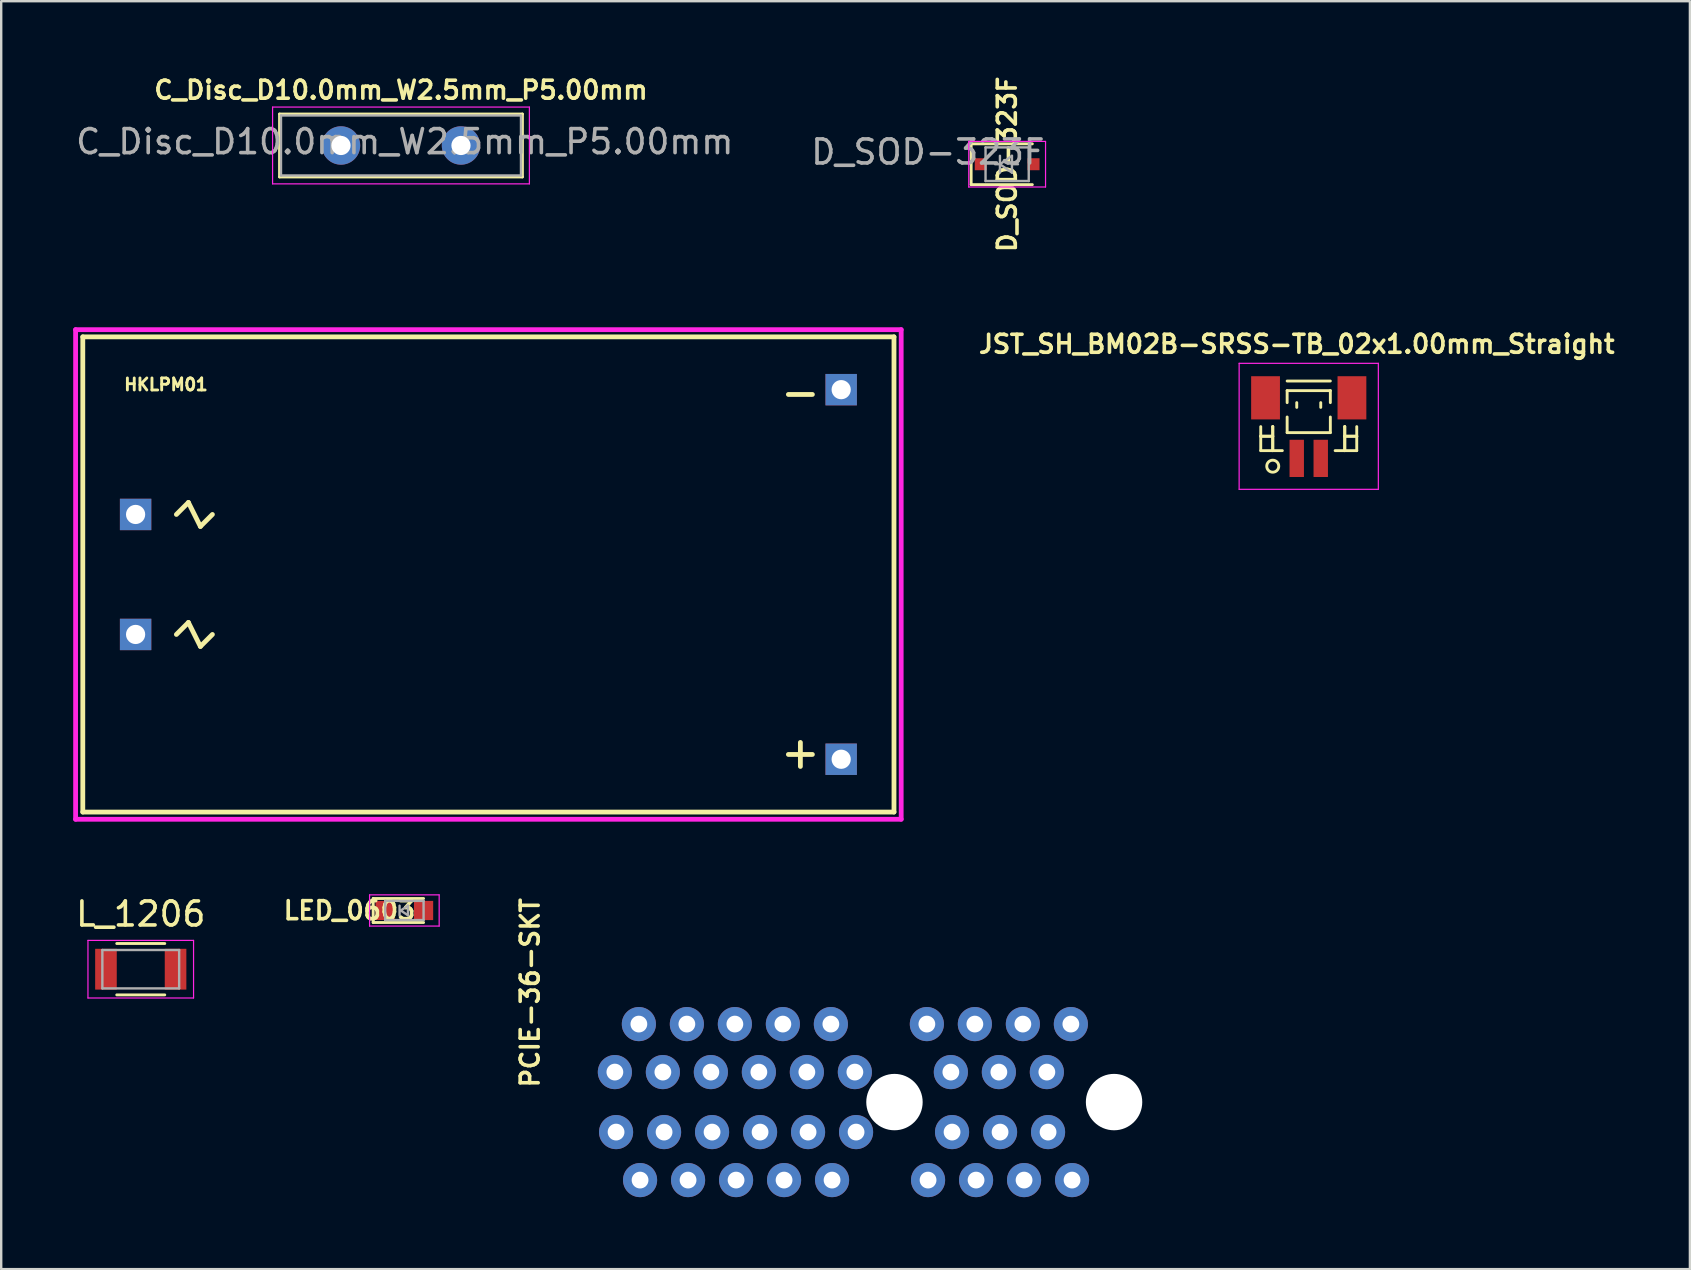
<source format=kicad_pcb>
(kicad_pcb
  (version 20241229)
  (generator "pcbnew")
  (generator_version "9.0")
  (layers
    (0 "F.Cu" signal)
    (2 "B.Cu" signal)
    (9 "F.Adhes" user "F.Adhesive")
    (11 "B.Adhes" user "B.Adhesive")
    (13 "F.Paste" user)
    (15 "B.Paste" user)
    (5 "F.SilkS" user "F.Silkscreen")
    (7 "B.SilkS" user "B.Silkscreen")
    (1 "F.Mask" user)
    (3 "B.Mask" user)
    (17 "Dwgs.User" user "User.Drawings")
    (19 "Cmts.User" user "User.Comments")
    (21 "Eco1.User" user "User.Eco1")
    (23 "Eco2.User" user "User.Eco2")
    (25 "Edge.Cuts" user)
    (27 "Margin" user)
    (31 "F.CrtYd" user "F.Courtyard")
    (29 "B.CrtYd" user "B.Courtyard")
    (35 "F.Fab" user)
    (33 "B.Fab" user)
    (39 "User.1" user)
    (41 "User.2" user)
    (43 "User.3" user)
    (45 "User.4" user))
  (footprint "L_1206"
    (layer "F.Cu")
    (at 2.815 37.334)
    (property "Reference" "L_1206" (at 0 -2.3 0) (layer "F.SilkS") (effects (font (size 1 1) (thickness 0.15))))
    (attr smd)
    (fp_line (start -1 -1.07) (end 1 -1.07) (stroke (width 0.12) (type solid)) (layer "F.SilkS"))
    (fp_line (start 1 1.07) (end -1 1.07) (stroke (width 0.12) (type solid)) (layer "F.SilkS"))
    (fp_line (start -2.2 -1.2) (end -2.2 1.2) (stroke (width 0.05) (type solid)) (layer "F.CrtYd"))
    (fp_line (start -2.2 -1.2) (end 2.2 -1.2) (stroke (width 0.05) (type solid)) (layer "F.CrtYd"))
    (fp_line (start -2.2 1.2) (end 2.2 1.2) (stroke (width 0.05) (type solid)) (layer "F.CrtYd"))
    (fp_line (start 2.2 -1.2) (end 2.2 1.2) (stroke (width 0.05) (type solid)) (layer "F.CrtYd"))
    (fp_line (start -1.6 -0.8) (end 1.6 -0.8) (stroke (width 0.1) (type solid)) (layer "F.Fab"))
    (fp_line (start -1.6 0.8) (end -1.6 -0.8) (stroke (width 0.1) (type solid)) (layer "F.Fab"))
    (fp_line (start 1.6 -0.8) (end 1.6 0.8) (stroke (width 0.1) (type solid)) (layer "F.Fab"))
    (fp_line (start 1.6 0.8) (end -1.6 0.8) (stroke (width 0.1) (type solid)) (layer "F.Fab"))
    (pad "1" smd rect (at -1.45 0) (size 0.9 1.7) (layers "F.Cu" "F.Mask" "F.Paste"))
    (pad "2" smd rect (at 1.45 0) (size 0.9 1.7) (layers "F.Cu" "F.Mask" "F.Paste")))
  (footprint "HKLPM01"
    (layer "F.Cu")
    (at 17.3 20.886)
    (property "Reference" "HKLPM01" (at -15.24 -7.62 0) (layer "F.SilkS") (effects (font (size 0.5 0.5) (thickness 0.12)) (justify left bottom)))
    (attr through_hole)
    (fp_line (start -16.9 -9.9) (end -16.9 9.9) (stroke (width 0.2) (type solid)) (layer "F.SilkS"))
    (fp_line (start -16.9 9.9) (end 16.9 9.9) (stroke (width 0.2) (type solid)) (layer "F.SilkS"))
    (fp_line (start -13 -2.5) (end -12.5 -3) (stroke (width 0.2) (type solid)) (layer "F.SilkS"))
    (fp_line (start -13 2.5) (end -12.5 2) (stroke (width 0.2) (type solid)) (layer "F.SilkS"))
    (fp_line (start -12.5 -3) (end -12 -2) (stroke (width 0.2) (type solid)) (layer "F.SilkS"))
    (fp_line (start -12.5 2) (end -12 3) (stroke (width 0.2) (type solid)) (layer "F.SilkS"))
    (fp_line (start -12 -2) (end -11.5 -2.5) (stroke (width 0.2) (type solid)) (layer "F.SilkS"))
    (fp_line (start -12 3) (end -11.5 2.5) (stroke (width 0.2) (type solid)) (layer "F.SilkS"))
    (fp_line (start 13 7) (end 13 8) (stroke (width 0.2) (type solid)) (layer "F.SilkS"))
    (fp_line (start 13.5 -7.5) (end 12.5 -7.5) (stroke (width 0.2) (type solid)) (layer "F.SilkS"))
    (fp_line (start 13.5 7.5) (end 12.5 7.5) (stroke (width 0.2) (type solid)) (layer "F.SilkS"))
    (fp_line (start 16.9 -9.9) (end -16.9 -9.9) (stroke (width 0.2) (type solid)) (layer "F.SilkS"))
    (fp_line (start 16.9 9.9) (end 16.9 -9.9) (stroke (width 0.2) (type solid)) (layer "F.SilkS"))
    (fp_line (start -17.2 -10.2) (end 17.2 -10.2) (stroke (width 0.2) (type solid)) (layer "F.CrtYd"))
    (fp_line (start -17.2 10.2) (end -17.2 -10.2) (stroke (width 0.2) (type solid)) (layer "F.CrtYd"))
    (fp_line (start -17.2 10.2) (end 17.2 10.2) (stroke (width 0.2) (type solid)) (layer "F.CrtYd"))
    (fp_line (start 17.2 -10.2) (end 17.2 10.2) (stroke (width 0.2) (type solid)) (layer "F.CrtYd"))
    (pad "1" thru_hole rect (at -14.7 -2.5) (size 1.308 1.308) (drill 0.8) (layers "*.Cu" "*.Mask"))
    (pad "2" thru_hole rect (at -14.7 2.5) (size 1.308 1.308) (drill 0.8) (layers "*.Cu" "*.Mask"))
    (pad "3" thru_hole rect (at 14.7 -7.7) (size 1.308 1.308) (drill 0.8) (layers "*.Cu" "*.Mask"))
    (pad "4" thru_hole rect (at 14.7 7.7) (size 1.308 1.308) (drill 0.8) (layers "*.Cu" "*.Mask")))
  (footprint "C_Disc_D10.0mm_W2.5mm_P5.00mm"
    (layer "F.Cu")
    (at 11.158 3.012)
    (property "Reference" "C_Disc_D10.0mm_W2.5mm_P5.00mm" (at 2.5 -2.31 0) (layer "F.SilkS") (effects (font (size 0.75 0.75) (thickness 0.15))))
    (attr through_hole)
    (fp_line (start -2.56 -1.31) (end -2.56 1.31) (stroke (width 0.12) (type solid)) (layer "F.SilkS"))
    (fp_line (start -2.56 -1.31) (end 7.56 -1.31) (stroke (width 0.12) (type solid)) (layer "F.SilkS"))
    (fp_line (start -2.56 1.31) (end 7.56 1.31) (stroke (width 0.12) (type solid)) (layer "F.SilkS"))
    (fp_line (start 7.56 -1.31) (end 7.56 1.31) (stroke (width 0.12) (type solid)) (layer "F.SilkS"))
    (fp_line (start -2.85 -1.6) (end -2.85 1.6) (stroke (width 0.05) (type solid)) (layer "F.CrtYd"))
    (fp_line (start -2.85 1.6) (end 7.85 1.6) (stroke (width 0.05) (type solid)) (layer "F.CrtYd"))
    (fp_line (start 7.85 -1.6) (end -2.85 -1.6) (stroke (width 0.05) (type solid)) (layer "F.CrtYd"))
    (fp_line (start 7.85 1.6) (end 7.85 -1.6) (stroke (width 0.05) (type solid)) (layer "F.CrtYd"))
    (fp_line (start -2.5 -1.25) (end -2.5 1.25) (stroke (width 0.1) (type solid)) (layer "F.Fab"))
    (fp_line (start -2.5 1.25) (end 7.5 1.25) (stroke (width 0.1) (type solid)) (layer "F.Fab"))
    (fp_line (start 7.5 -1.25) (end -2.5 -1.25) (stroke (width 0.1) (type solid)) (layer "F.Fab"))
    (fp_line (start 7.5 1.25) (end 7.5 -1.25) (stroke (width 0.1) (type solid)) (layer "F.Fab"))
    (fp_text user "${REFERENCE}" (at 2.658 -0.158 0) (layer "F.Fab") (effects (font (size 1 1) (thickness 0.15))))
    (pad "1" thru_hole circle (at 0 0) (size 1.6 1.6) (drill 0.8) (layers "*.Cu" "*.Mask"))
    (pad "2" thru_hole circle (at 5 0) (size 1.6 1.6) (drill 0.8) (layers "*.Cu" "*.Mask")))
  (footprint "JST_SH_BM02B-SRSS-TB_02x1.00mm_Straight"
    (layer "F.Cu")
    (at 51.482 14.788)
    (property "Reference" "JST_SH_BM02B-SRSS-TB_02x1.00mm_Straight" (at -0.5 -3.5 0) (layer "F.SilkS") (effects (font (size 0.75 0.75) (thickness 0.15))))
    (attr smd)
    (fp_line (start -2 -0.062) (end -2 0.938) (stroke (width 0.12) (type solid)) (layer "F.SilkS"))
    (fp_line (start -2 0.338) (end -2 0.338) (stroke (width 0.12) (type solid)) (layer "F.SilkS"))
    (fp_line (start -2 0.338) (end -1.5 0.338) (stroke (width 0.12) (type solid)) (layer "F.SilkS"))
    (fp_line (start -2 0.938) (end -1.1 0.938) (stroke (width 0.12) (type solid)) (layer "F.SilkS"))
    (fp_line (start -1.5 -0.062) (end -1.5 -0.062) (stroke (width 0.12) (type solid)) (layer "F.SilkS"))
    (fp_line (start -1.5 -0.062) (end -1.5 0.938) (stroke (width 0.12) (type solid)) (layer "F.SilkS"))
    (fp_line (start -1.5 0.338) (end -2 0.338) (stroke (width 0.12) (type solid)) (layer "F.SilkS"))
    (fp_line (start -1.5 0.338) (end -1.5 0.338) (stroke (width 0.12) (type solid)) (layer "F.SilkS"))
    (fp_line (start -1.5 0.938) (end -1.5 -0.062) (stroke (width 0.12) (type solid)) (layer "F.SilkS"))
    (fp_line (start -1.5 0.938) (end -1.5 0.938) (stroke (width 0.12) (type solid)) (layer "F.SilkS"))
    (fp_line (start -0.9 -1.962) (end 0.9 -1.962) (stroke (width 0.12) (type solid)) (layer "F.SilkS"))
    (fp_line (start -0.9 -1.562) (end 0.9 -1.562) (stroke (width 0.12) (type solid)) (layer "F.SilkS"))
    (fp_line (start -0.9 -1.062) (end -0.9 -1.562) (stroke (width 0.12) (type solid)) (layer "F.SilkS"))
    (fp_line (start -0.9 -0.463) (end -0.9 0.188) (stroke (width 0.12) (type solid)) (layer "F.SilkS"))
    (fp_line (start -0.9 0.188) (end 0.9 0.188) (stroke (width 0.12) (type solid)) (layer "F.SilkS"))
    (fp_line (start -0.5 -1.062) (end -0.5 -0.863) (stroke (width 0.12) (type solid)) (layer "F.SilkS"))
    (fp_line (start 0.5 -1.062) (end 0.5 -0.863) (stroke (width 0.12) (type solid)) (layer "F.SilkS"))
    (fp_line (start 0.9 -1.562) (end 0.9 -1.062) (stroke (width 0.12) (type solid)) (layer "F.SilkS"))
    (fp_line (start 0.9 0.188) (end 0.9 -0.463) (stroke (width 0.12) (type solid)) (layer "F.SilkS"))
    (fp_line (start 1.5 -0.062) (end 1.5 -0.062) (stroke (width 0.12) (type solid)) (layer "F.SilkS"))
    (fp_line (start 1.5 -0.062) (end 1.5 0.938) (stroke (width 0.12) (type solid)) (layer "F.SilkS"))
    (fp_line (start 1.5 0.338) (end 1.5 0.338) (stroke (width 0.12) (type solid)) (layer "F.SilkS"))
    (fp_line (start 1.5 0.338) (end 2 0.338) (stroke (width 0.12) (type solid)) (layer "F.SilkS"))
    (fp_line (start 1.5 0.938) (end 1.5 -0.062) (stroke (width 0.12) (type solid)) (layer "F.SilkS"))
    (fp_line (start 1.5 0.938) (end 1.5 0.938) (stroke (width 0.12) (type solid)) (layer "F.SilkS"))
    (fp_line (start 2 -0.062) (end 2 0.938) (stroke (width 0.12) (type solid)) (layer "F.SilkS"))
    (fp_line (start 2 0.338) (end 1.5 0.338) (stroke (width 0.12) (type solid)) (layer "F.SilkS"))
    (fp_line (start 2 0.338) (end 2 0.338) (stroke (width 0.12) (type solid)) (layer "F.SilkS"))
    (fp_line (start 2 0.938) (end 1.1 0.938) (stroke (width 0.12) (type solid)) (layer "F.SilkS"))
    (fp_circle (center -1.5 1.587) (end -1.25 1.587) (stroke (width 0.12) (type solid)) (fill no) (layer "F.SilkS"))
    (fp_line (start -2.9 -2.7) (end 2.9 -2.7) (stroke (width 0.05) (type solid)) (layer "F.CrtYd"))
    (fp_line (start -2.9 2.55) (end -2.9 -2.7) (stroke (width 0.05) (type solid)) (layer "F.CrtYd"))
    (fp_line (start 2.9 -2.7) (end 2.9 2.55) (stroke (width 0.05) (type solid)) (layer "F.CrtYd"))
    (fp_line (start 2.9 2.55) (end -2.9 2.55) (stroke (width 0.05) (type solid)) (layer "F.CrtYd"))
    (pad "" smd rect (at -1.8 -1.262) (size 1.2 1.8) (layers "F.Cu" "F.Mask" "F.Paste"))
    (pad "" smd rect (at 1.8 -1.262) (size 1.2 1.8) (layers "F.Cu" "F.Mask" "F.Paste"))
    (pad "1" smd rect (at -0.5 1.262) (size 0.6 1.55) (layers "F.Cu" "F.Mask" "F.Paste"))
    (pad "2" smd rect (at 0.5 1.262) (size 0.6 1.55) (layers "F.Cu" "F.Mask" "F.Paste")))
  (footprint "D_SOD-323F"
    (layer "F.Cu")
    (at 38.915 3.793)
    (property "Reference" "D_SOD-323F" (at 0 0 90) (layer "F.SilkS") (effects (font (size 0.75 0.75) (thickness 0.15))))
    (attr smd)
    (fp_line (start -1.5 -0.85) (end -1.5 0.85) (stroke (width 0.12) (type solid)) (layer "F.SilkS"))
    (fp_line (start -1.5 -0.85) (end 1.05 -0.85) (stroke (width 0.12) (type solid)) (layer "F.SilkS"))
    (fp_line (start -1.5 0.85) (end 1.05 0.85) (stroke (width 0.12) (type solid)) (layer "F.SilkS"))
    (fp_line (start -1.6 -0.95) (end -1.6 0.95) (stroke (width 0.05) (type solid)) (layer "F.CrtYd"))
    (fp_line (start -1.6 -0.95) (end 1.6 -0.95) (stroke (width 0.05) (type solid)) (layer "F.CrtYd"))
    (fp_line (start -1.6 0.95) (end 1.6 0.95) (stroke (width 0.05) (type solid)) (layer "F.CrtYd"))
    (fp_line (start 1.6 -0.95) (end 1.6 0.95) (stroke (width 0.05) (type solid)) (layer "F.CrtYd"))
    (fp_line (start -0.9 -0.7) (end 0.9 -0.7) (stroke (width 0.1) (type solid)) (layer "F.Fab"))
    (fp_line (start -0.9 0.7) (end -0.9 -0.7) (stroke (width 0.1) (type solid)) (layer "F.Fab"))
    (fp_line (start -0.3 -0.35) (end -0.3 0.35) (stroke (width 0.1) (type solid)) (layer "F.Fab"))
    (fp_line (start -0.3 0) (end -0.5 0) (stroke (width 0.1) (type solid)) (layer "F.Fab"))
    (fp_line (start -0.3 0) (end 0.2 -0.35) (stroke (width 0.1) (type solid)) (layer "F.Fab"))
    (fp_line (start 0.2 -0.35) (end 0.2 0.35) (stroke (width 0.1) (type solid)) (layer "F.Fab"))
    (fp_line (start 0.2 0) (end 0.45 0) (stroke (width 0.1) (type solid)) (layer "F.Fab"))
    (fp_line (start 0.2 0.35) (end -0.3 0) (stroke (width 0.1) (type solid)) (layer "F.Fab"))
    (fp_line (start 0.9 -0.7) (end 0.9 0.7) (stroke (width 0.1) (type solid)) (layer "F.Fab"))
    (fp_line (start 0.9 0.7) (end -0.9 0.7) (stroke (width 0.1) (type solid)) (layer "F.Fab"))
    (fp_text user "${REFERENCE}" (at -3.302 -0.508 0) (layer "F.Fab") (effects (font (size 1 1) (thickness 0.15))))
    (pad "1" smd rect (at -1.1 0) (size 0.5 0.5) (layers "F.Cu" "F.Mask" "F.Paste"))
    (pad "2" smd rect (at 1.1 0) (size 0.5 0.5) (layers "F.Cu" "F.Mask" "F.Paste")))
  (footprint "PCIE-36-SKT"
    (layer "F.Cu")
    (at 34.22 42.871)
    (property "Reference" "PCIE-36-SKT" (at -14.746 -0.528 270) (layer "F.SilkS") (effects (font (size 0.75 0.75) (thickness 0.15)) (justify left bottom)))
    (attr through_hole)
    (fp_line (start 0 0) (end 0 0) (stroke (width 0.127) (type solid)) (layer "F.SilkS"))
    (fp_line (start 0 0) (end 0 0) (stroke (width 0.127) (type solid)) (layer "F.SilkS"))
    (fp_line (start 0 0) (end 0 0) (stroke (width 0.127) (type solid)) (layer "F.SilkS"))
    (fp_line (start 0 0) (end 0 0) (stroke (width 0.127) (type solid)) (layer "F.SilkS"))
    (fp_line (start 0 0) (end 0 0) (stroke (width 0.127) (type solid)) (layer "F.SilkS"))
    (fp_line (start 0 0) (end 0 0) (stroke (width 0.127) (type solid)) (layer "F.SilkS"))
    (fp_line (start 0 0) (end 0 0) (stroke (width 0.127) (type solid)) (layer "F.SilkS"))
    (fp_line (start 0 0) (end 0 0) (stroke (width 0.127) (type solid)) (layer "F.SilkS"))
    (fp_line (start 0 0) (end 0 0) (stroke (width 0.127) (type solid)) (layer "F.Fab"))
    (fp_line (start 0 0) (end 0 0) (stroke (width 0.127) (type solid)) (layer "F.Fab"))
    (fp_line (start 0 0) (end 0 0) (stroke (width 0.127) (type solid)) (layer "F.Fab"))
    (fp_line (start 0 0) (end 0 0) (stroke (width 0.127) (type solid)) (layer "F.Fab"))
    (pad "" np_thru_hole circle (at 0 0) (size 2.35 2.35) (drill 2.35) (layers "*.Cu"))
    (pad "" np_thru_hole circle (at 9.15 0) (size 2.35 2.35) (drill 2.35) (layers "*.Cu"))
    (pad "1" thru_hole circle (at -10.6 3.25 180) (size 1.422 1.422) (drill 0.7) (layers "*.Cu" "*.Mask"))
    (pad "2" thru_hole circle (at -5.65 -1.25) (size 1.422 1.422) (drill 0.7) (layers "*.Cu" "*.Mask"))
    (pad "3" thru_hole circle (at -8.6 3.25 180) (size 1.422 1.422) (drill 0.7) (layers "*.Cu" "*.Mask"))
    (pad "4" thru_hole circle (at 5.35 -3.25) (size 1.422 1.422) (drill 0.7) (layers "*.Cu" "*.Mask"))
    (pad "5" thru_hole circle (at -6.6 3.25 180) (size 1.422 1.422) (drill 0.7) (layers "*.Cu" "*.Mask"))
    (pad "6" thru_hole circle (at 7.35 -3.25) (size 1.422 1.422) (drill 0.7) (layers "*.Cu" "*.Mask"))
    (pad "7" thru_hole circle (at -4.6 3.25 180) (size 1.422 1.422) (drill 0.7) (layers "*.Cu" "*.Mask"))
    (pad "8" thru_hole circle (at -11.6 1.25 180) (size 1.422 1.422) (drill 0.7) (layers "*.Cu" "*.Mask"))
    (pad "9" thru_hole circle (at -2.6 3.25 180) (size 1.422 1.422) (drill 0.7) (layers "*.Cu" "*.Mask"))
    (pad "10" thru_hole circle (at -1.65 -1.25) (size 1.422 1.422) (drill 0.7) (layers "*.Cu" "*.Mask"))
    (pad "11" thru_hole circle (at -10.65 -3.25) (size 1.422 1.422) (drill 0.7) (layers "*.Cu" "*.Mask"))
    (pad "12" thru_hole circle (at -1.6 1.25 180) (size 1.422 1.422) (drill 0.7) (layers "*.Cu" "*.Mask"))
    (pad "13" thru_hole circle (at -11.65 -1.25) (size 1.422 1.422) (drill 0.7) (layers "*.Cu" "*.Mask"))
    (pad "14" thru_hole circle (at -9.6 1.25 180) (size 1.422 1.422) (drill 0.7) (layers "*.Cu" "*.Mask"))
    (pad "15" thru_hole circle (at -8.65 -3.25) (size 1.422 1.422) (drill 0.7) (layers "*.Cu" "*.Mask"))
    (pad "16" thru_hole circle (at -7.6 1.25 180) (size 1.422 1.422) (drill 0.7) (layers "*.Cu" "*.Mask"))
    (pad "17" thru_hole circle (at -9.65 -1.25) (size 1.422 1.422) (drill 0.7) (layers "*.Cu" "*.Mask"))
    (pad "18" thru_hole circle (at -5.6 1.25 180) (size 1.422 1.422) (drill 0.7) (layers "*.Cu" "*.Mask"))
    (pad "19" thru_hole circle (at -6.65 -3.25) (size 1.422 1.422) (drill 0.7) (layers "*.Cu" "*.Mask"))
    (pad "20" thru_hole circle (at -3.6 1.25 180) (size 1.422 1.422) (drill 0.7) (layers "*.Cu" "*.Mask"))
    (pad "21" thru_hole circle (at -7.65 -1.25) (size 1.422 1.422) (drill 0.7) (layers "*.Cu" "*.Mask"))
    (pad "22" thru_hole circle (at 6.35 -1.25) (size 1.422 1.422) (drill 0.7) (layers "*.Cu" "*.Mask"))
    (pad "23" thru_hole circle (at 1.35 -3.25) (size 1.422 1.422) (drill 0.7) (layers "*.Cu" "*.Mask"))
    (pad "24" thru_hole circle (at 2.4 1.25 180) (size 1.422 1.422) (drill 0.7) (layers "*.Cu" "*.Mask"))
    (pad "25" thru_hole circle (at 3.35 -3.25) (size 1.422 1.422) (drill 0.7) (layers "*.Cu" "*.Mask"))
    (pad "26" thru_hole circle (at 4.4 1.25 180) (size 1.422 1.422) (drill 0.7) (layers "*.Cu" "*.Mask"))
    (pad "27" thru_hole circle (at -2.65 -3.25) (size 1.422 1.422) (drill 0.7) (layers "*.Cu" "*.Mask"))
    (pad "28" thru_hole circle (at 6.4 1.25 180) (size 1.422 1.422) (drill 0.7) (layers "*.Cu" "*.Mask"))
    (pad "29" thru_hole circle (at -3.65 -1.25) (size 1.422 1.422) (drill 0.7) (layers "*.Cu" "*.Mask"))
    (pad "30" thru_hole circle (at 7.4 3.25 180) (size 1.422 1.422) (drill 0.7) (layers "*.Cu" "*.Mask"))
    (pad "31" thru_hole circle (at 2.35 -1.25) (size 1.422 1.422) (drill 0.7) (layers "*.Cu" "*.Mask"))
    (pad "32" thru_hole circle (at 5.4 3.25 180) (size 1.422 1.422) (drill 0.7) (layers "*.Cu" "*.Mask"))
    (pad "33" thru_hole circle (at 4.35 -1.25) (size 1.422 1.422) (drill 0.7) (layers "*.Cu" "*.Mask"))
    (pad "34" thru_hole circle (at 3.4 3.25 180) (size 1.422 1.422) (drill 0.7) (layers "*.Cu" "*.Mask"))
    (pad "35" thru_hole circle (at -4.65 -3.25) (size 1.422 1.422) (drill 0.7) (layers "*.Cu" "*.Mask"))
    (pad "36" thru_hole circle (at 1.4 3.25 180) (size 1.422 1.422) (drill 0.7) (layers "*.Cu" "*.Mask")))
  (footprint "LED_0603"
    (layer "F.Cu")
    (at 13.799 34.888)
    (property "Reference" "LED_0603" (at -2.286 0 0) (layer "F.SilkS") (effects (font (size 0.75 0.75) (thickness 0.15))))
    (attr smd)
    (fp_line (start -1.3 -0.5) (end -1.3 0.5) (stroke (width 0.12) (type solid)) (layer "F.SilkS"))
    (fp_line (start -1.3 -0.5) (end 0.8 -0.5) (stroke (width 0.12) (type solid)) (layer "F.SilkS"))
    (fp_line (start -1.3 0.5) (end 0.8 0.5) (stroke (width 0.12) (type solid)) (layer "F.SilkS"))
    (fp_line (start -1.45 -0.65) (end 1.45 -0.65) (stroke (width 0.05) (type solid)) (layer "F.CrtYd"))
    (fp_line (start -1.45 0.65) (end -1.45 -0.65) (stroke (width 0.05) (type solid)) (layer "F.CrtYd"))
    (fp_line (start 1.45 -0.65) (end 1.45 0.65) (stroke (width 0.05) (type solid)) (layer "F.CrtYd"))
    (fp_line (start 1.45 0.65) (end -1.45 0.65) (stroke (width 0.05) (type solid)) (layer "F.CrtYd"))
    (fp_line (start -0.8 -0.4) (end 0.8 -0.4) (stroke (width 0.1) (type solid)) (layer "F.Fab"))
    (fp_line (start -0.8 0.4) (end -0.8 -0.4) (stroke (width 0.1) (type solid)) (layer "F.Fab"))
    (fp_line (start -0.2 -0.2) (end -0.2 0.2) (stroke (width 0.1) (type solid)) (layer "F.Fab"))
    (fp_line (start -0.15 0) (end 0.15 -0.2) (stroke (width 0.1) (type solid)) (layer "F.Fab"))
    (fp_line (start 0.15 -0.2) (end 0.15 0.2) (stroke (width 0.1) (type solid)) (layer "F.Fab"))
    (fp_line (start 0.15 0.2) (end -0.15 0) (stroke (width 0.1) (type solid)) (layer "F.Fab"))
    (fp_line (start 0.8 -0.4) (end 0.8 0.4) (stroke (width 0.1) (type solid)) (layer "F.Fab"))
    (fp_line (start 0.8 0.4) (end -0.8 0.4) (stroke (width 0.1) (type solid)) (layer "F.Fab"))
    (pad "1" smd rect (at -0.8 0 180) (size 0.8 0.8) (layers "F.Cu" "F.Mask" "F.Paste"))
    (pad "2" smd rect (at 0.8 0 180) (size 0.8 0.8) (layers "F.Cu" "F.Mask" "F.Paste")))
  (gr_rect
    (start -3 -3)
    (end 67.364 49.832)
    (stroke (width 0.1) (type default))
    (fill no)
    (layer "Edge.Cuts")))
</source>
